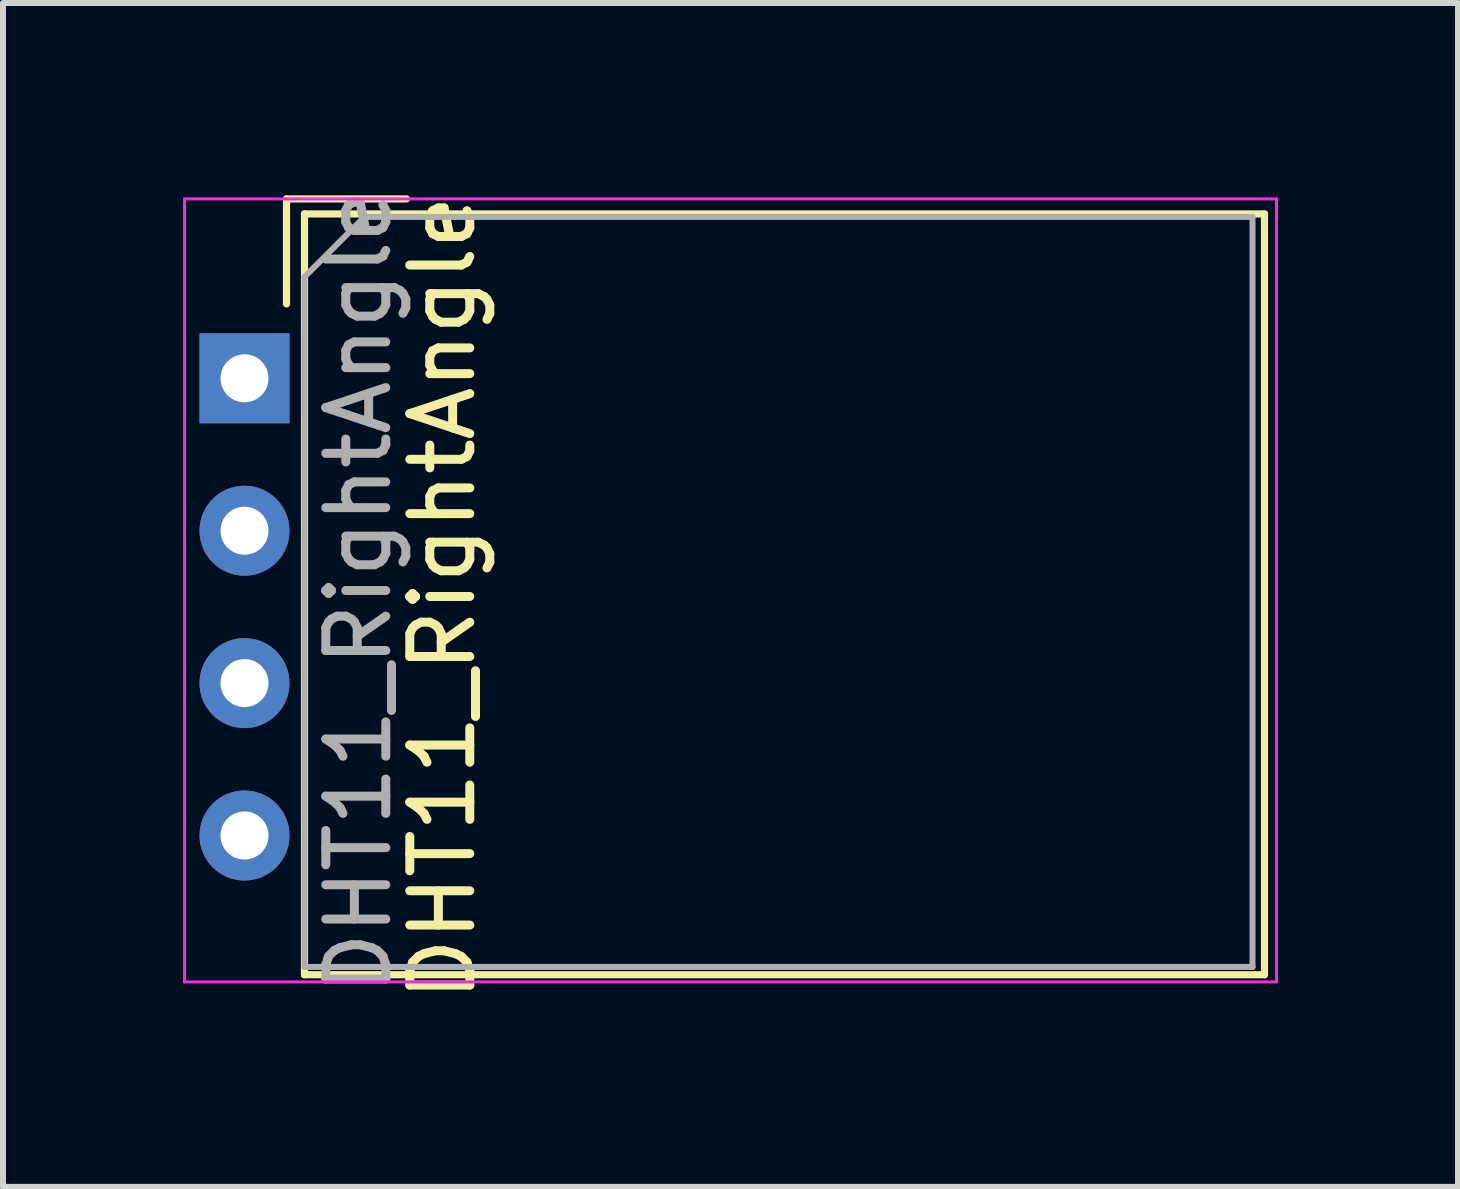
<source format=kicad_pcb>
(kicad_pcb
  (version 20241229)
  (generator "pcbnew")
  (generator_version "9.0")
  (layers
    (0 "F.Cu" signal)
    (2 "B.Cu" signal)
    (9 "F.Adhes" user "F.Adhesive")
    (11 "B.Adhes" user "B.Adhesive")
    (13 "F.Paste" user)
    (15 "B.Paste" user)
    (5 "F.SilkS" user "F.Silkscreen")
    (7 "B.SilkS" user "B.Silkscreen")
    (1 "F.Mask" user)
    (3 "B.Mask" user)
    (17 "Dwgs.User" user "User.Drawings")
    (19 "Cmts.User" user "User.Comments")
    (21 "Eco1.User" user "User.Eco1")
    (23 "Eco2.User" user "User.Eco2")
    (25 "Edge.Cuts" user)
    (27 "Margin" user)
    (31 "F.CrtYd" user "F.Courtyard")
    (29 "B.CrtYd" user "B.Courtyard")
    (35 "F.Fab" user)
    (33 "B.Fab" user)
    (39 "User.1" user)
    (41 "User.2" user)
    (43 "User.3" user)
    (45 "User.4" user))
  (footprint "DHT11_RightAngle"
    (layer "F.Cu")
    (at 1.025 3.215)
    (property "Reference" "DHT11_RightAngle" (at 3.3 3.7 90) (unlocked yes) (layer "F.SilkS") (effects (font (size 1 1) (thickness 0.15))))
    (attr through_hole)
    (fp_line (start 0.7 -2.95) (end 0.7 -1.2) (stroke (width 0.12) (type solid)) (layer "F.SilkS"))
    (fp_line (start 0.7 -2.95) (end 2.7 -2.95) (stroke (width 0.12) (type solid)) (layer "F.SilkS"))
    (fp_line (start 1 -2.7) (end 17 -2.7) (stroke (width 0.12) (type solid)) (layer "F.SilkS"))
    (fp_line (start 1 9.98) (end 1 -2.7) (stroke (width 0.12) (type solid)) (layer "F.SilkS"))
    (fp_line (start 17 -2.7) (end 17 9.98) (stroke (width 0.12) (type solid)) (layer "F.SilkS"))
    (fp_line (start 17 9.98) (end 1 9.98) (stroke (width 0.12) (type solid)) (layer "F.SilkS"))
    (fp_line (start -1 -2.95) (end 17.2 -2.95) (stroke (width 0.05) (type solid)) (layer "F.CrtYd"))
    (fp_line (start -1 10.1) (end -1 -2.95) (stroke (width 0.05) (type solid)) (layer "F.CrtYd"))
    (fp_line (start 17.2 -2.95) (end 17.2 10.1) (stroke (width 0.05) (type solid)) (layer "F.CrtYd"))
    (fp_line (start 17.2 10.1) (end -1 10.1) (stroke (width 0.05) (type solid)) (layer "F.CrtYd"))
    (fp_line (start 1 -1.65) (end 1 9.85) (stroke (width 0.1) (type solid)) (layer "F.Fab"))
    (fp_line (start 1 -1.65) (end 2 -2.65) (stroke (width 0.1) (type solid)) (layer "F.Fab"))
    (fp_line (start 2 -2.65) (end 16.8 -2.65) (stroke (width 0.1) (type solid)) (layer "F.Fab"))
    (fp_line (start 16.8 -2.65) (end 16.8 9.85) (stroke (width 0.1) (type solid)) (layer "F.Fab"))
    (fp_line (start 16.8 9.85) (end 1 9.85) (stroke (width 0.1) (type solid)) (layer "F.Fab"))
    (fp_text user "${REFERENCE}" (at 1.9 3.6 90) (unlocked yes) (layer "F.Fab") (effects (font (size 1 1) (thickness 0.15))))
    (pad "1" thru_hole rect (at 0 0.04) (size 1.5 1.5) (drill 0.8) (layers "*.Cu" "*.Mask"))
    (pad "2" thru_hole circle (at 0 2.58) (size 1.5 1.5) (drill 0.8) (layers "*.Cu" "*.Mask"))
    (pad "3" thru_hole circle (at 0 5.12) (size 1.5 1.5) (drill 0.8) (layers "*.Cu" "*.Mask"))
    (pad "4" thru_hole circle (at 0 7.66) (size 1.5 1.5) (drill 0.8) (layers "*.Cu" "*.Mask")))
  (gr_rect
    (start -3 -3)
    (end 21.25 16.731)
    (stroke (width 0.1) (type default))
    (fill no)
    (layer "Edge.Cuts")))
</source>
